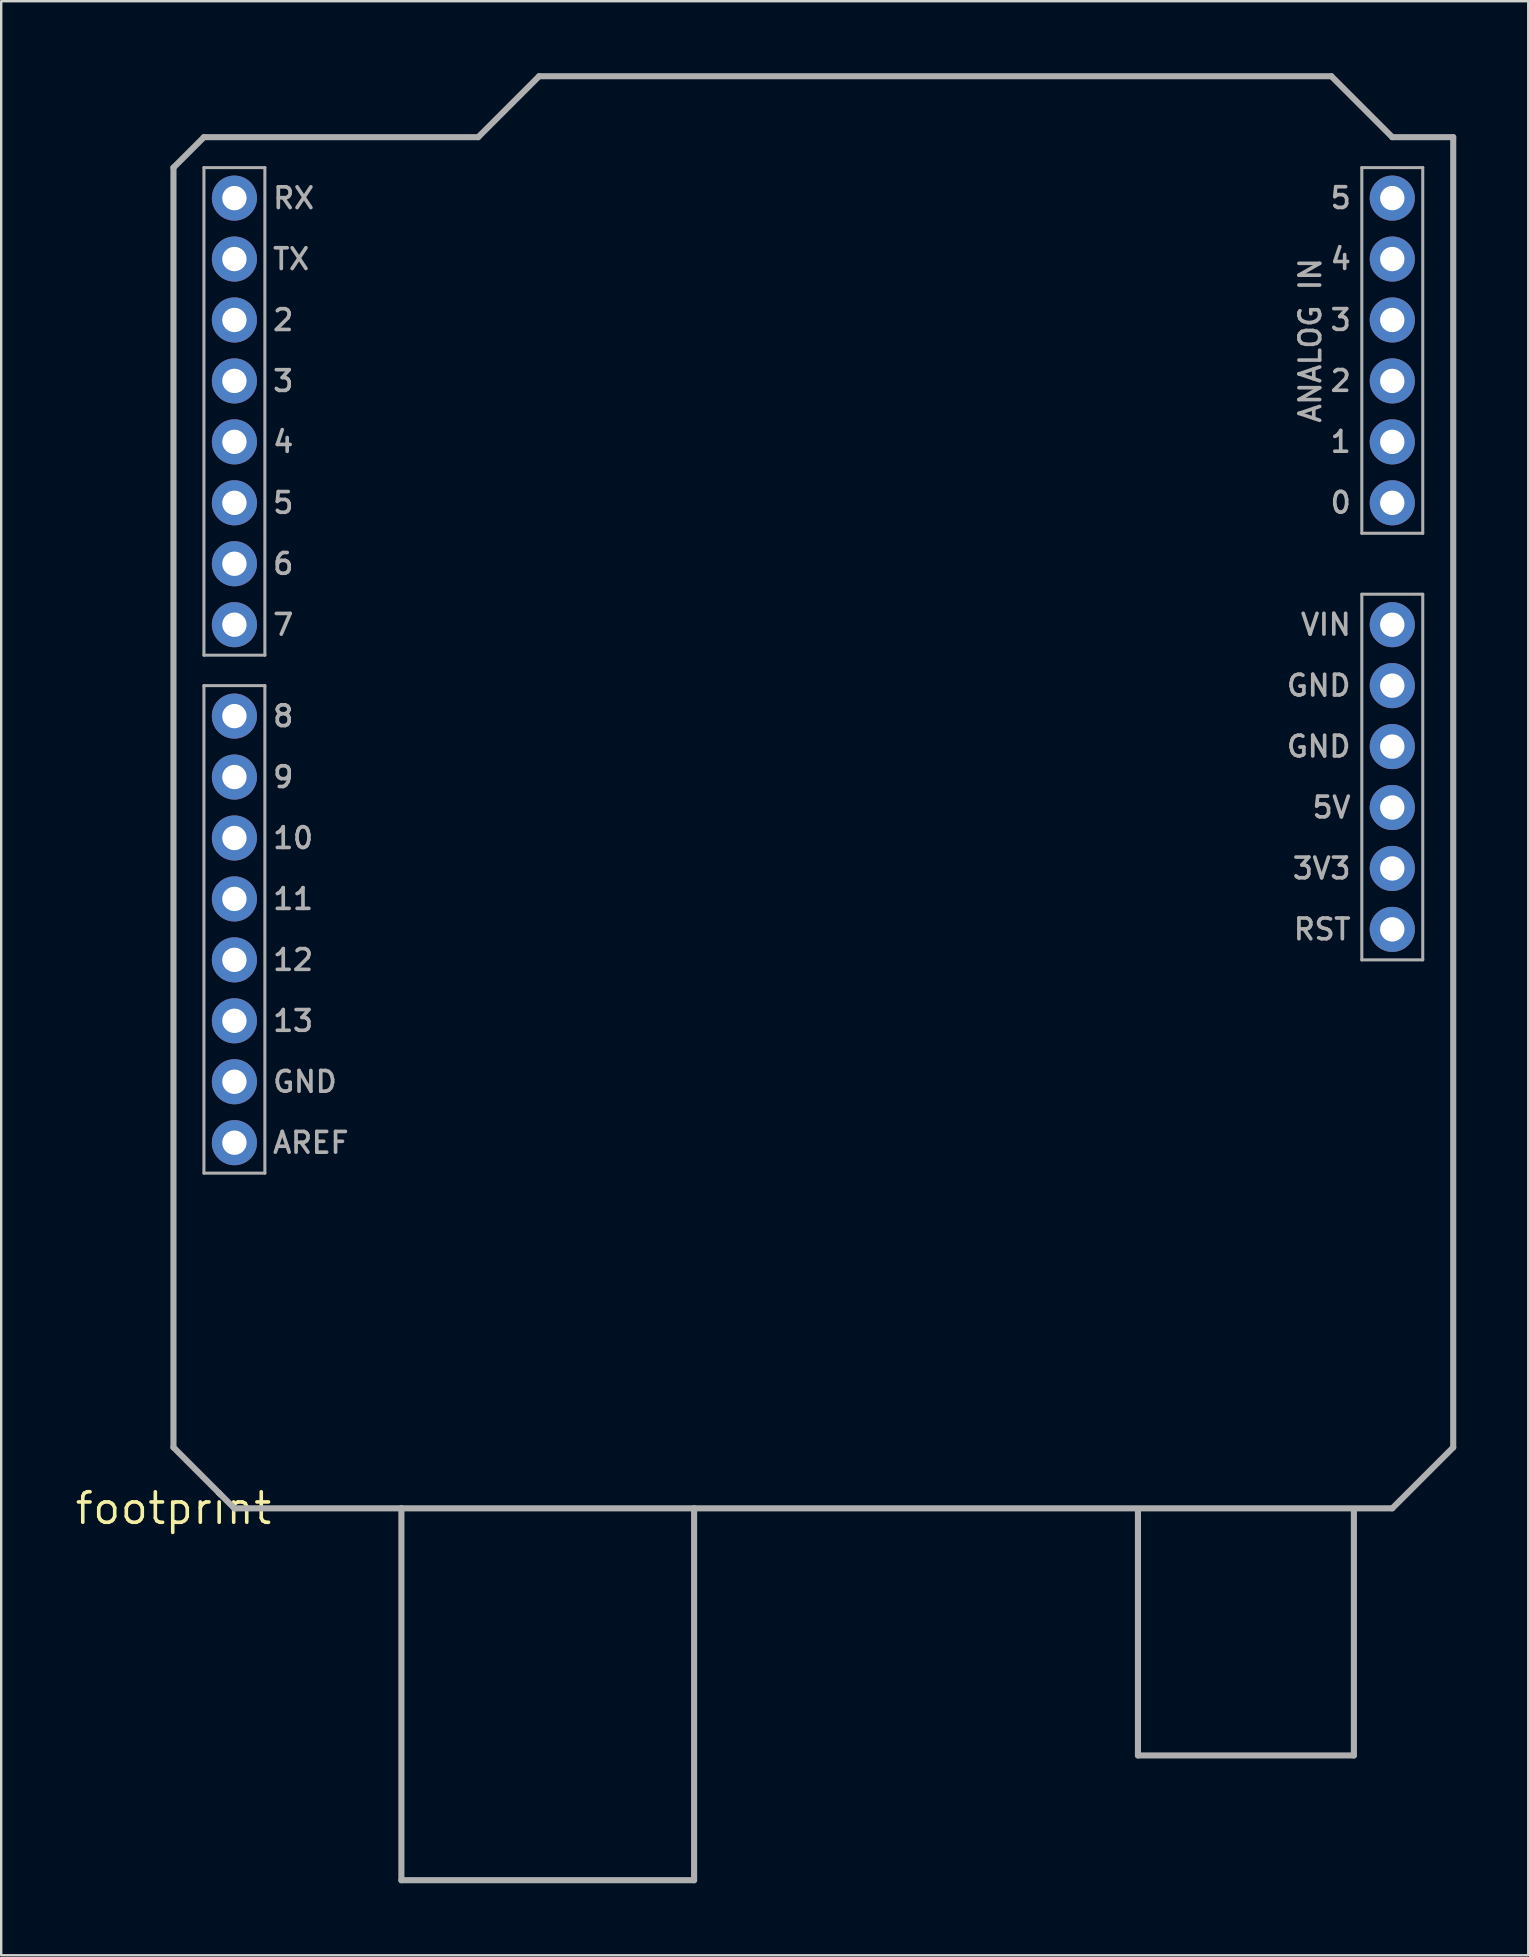
<source format=kicad_pcb>
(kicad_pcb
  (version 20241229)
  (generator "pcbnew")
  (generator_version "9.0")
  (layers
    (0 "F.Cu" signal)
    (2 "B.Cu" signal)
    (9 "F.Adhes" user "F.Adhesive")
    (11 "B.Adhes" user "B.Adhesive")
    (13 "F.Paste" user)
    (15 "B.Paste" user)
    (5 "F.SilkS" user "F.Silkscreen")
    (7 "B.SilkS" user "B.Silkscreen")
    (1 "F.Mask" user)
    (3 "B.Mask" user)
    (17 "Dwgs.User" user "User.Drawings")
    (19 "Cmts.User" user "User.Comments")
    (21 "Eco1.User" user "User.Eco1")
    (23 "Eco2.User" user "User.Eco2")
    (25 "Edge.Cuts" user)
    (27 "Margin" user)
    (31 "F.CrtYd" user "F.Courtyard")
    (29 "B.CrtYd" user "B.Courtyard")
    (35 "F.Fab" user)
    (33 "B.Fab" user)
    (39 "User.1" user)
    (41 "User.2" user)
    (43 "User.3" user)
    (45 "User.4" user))
  (footprint "footprint"
    (layer "F.Cu")
    (at 4.18 59.817)
    (property "Reference" "footprint" (at 0 0 0) (layer "F.SilkS") (effects (font (size 1.27 1.27) (thickness 0.15))))
    (fp_line (start 0 -55.88) (end 0 -2.54) (stroke (width 0.254) (type solid)) (layer "F.Fab"))
    (fp_line (start 0 -2.54) (end 2.54 0) (stroke (width 0.254) (type solid)) (layer "F.Fab"))
    (fp_line (start 1.27 -57.15) (end 0 -55.88) (stroke (width 0.254) (type solid)) (layer "F.Fab"))
    (fp_line (start 1.27 -55.88) (end 3.81 -55.88) (stroke (width 0.127) (type solid)) (layer "F.Fab"))
    (fp_line (start 1.27 -35.56) (end 1.27 -55.88) (stroke (width 0.127) (type solid)) (layer "F.Fab"))
    (fp_line (start 1.27 -34.29) (end 3.81 -34.29) (stroke (width 0.127) (type solid)) (layer "F.Fab"))
    (fp_line (start 1.27 -13.97) (end 1.27 -34.29) (stroke (width 0.127) (type solid)) (layer "F.Fab"))
    (fp_line (start 2.54 0) (end 9.5 0) (stroke (width 0.254) (type solid)) (layer "F.Fab"))
    (fp_line (start 3.81 -55.88) (end 3.81 -35.56) (stroke (width 0.127) (type solid)) (layer "F.Fab"))
    (fp_line (start 3.81 -35.56) (end 1.27 -35.56) (stroke (width 0.127) (type solid)) (layer "F.Fab"))
    (fp_line (start 3.81 -34.29) (end 3.81 -13.97) (stroke (width 0.127) (type solid)) (layer "F.Fab"))
    (fp_line (start 3.81 -13.97) (end 1.27 -13.97) (stroke (width 0.127) (type solid)) (layer "F.Fab"))
    (fp_line (start 9.5 0) (end 21.7 0) (stroke (width 0.254) (type solid)) (layer "F.Fab"))
    (fp_line (start 9.5 15.5) (end 9.5 0) (stroke (width 0.254) (type solid)) (layer "F.Fab"))
    (fp_line (start 9.5 15.5) (end 21.7 15.5) (stroke (width 0.254) (type solid)) (layer "F.Fab"))
    (fp_line (start 12.7 -57.15) (end 1.27 -57.15) (stroke (width 0.254) (type solid)) (layer "F.Fab"))
    (fp_line (start 15.24 -59.69) (end 12.7 -57.15) (stroke (width 0.254) (type solid)) (layer "F.Fab"))
    (fp_line (start 21.7 0) (end 50.8 0) (stroke (width 0.254) (type solid)) (layer "F.Fab"))
    (fp_line (start 21.7 15.5) (end 21.7 0) (stroke (width 0.254) (type solid)) (layer "F.Fab"))
    (fp_line (start 40.2 10.3) (end 40.2 0.1) (stroke (width 0.254) (type solid)) (layer "F.Fab"))
    (fp_line (start 40.2 10.3) (end 49.2 10.3) (stroke (width 0.254) (type solid)) (layer "F.Fab"))
    (fp_line (start 48.26 -59.69) (end 15.24 -59.69) (stroke (width 0.254) (type solid)) (layer "F.Fab"))
    (fp_line (start 49.2 10.3) (end 49.2 0.1) (stroke (width 0.254) (type solid)) (layer "F.Fab"))
    (fp_line (start 49.53 -55.88) (end 52.07 -55.88) (stroke (width 0.127) (type solid)) (layer "F.Fab"))
    (fp_line (start 49.53 -40.64) (end 49.53 -55.88) (stroke (width 0.127) (type solid)) (layer "F.Fab"))
    (fp_line (start 49.53 -38.1) (end 52.07 -38.1) (stroke (width 0.127) (type solid)) (layer "F.Fab"))
    (fp_line (start 49.53 -22.86) (end 49.53 -38.1) (stroke (width 0.127) (type solid)) (layer "F.Fab"))
    (fp_line (start 50.8 -57.15) (end 48.26 -59.69) (stroke (width 0.254) (type solid)) (layer "F.Fab"))
    (fp_line (start 50.8 0) (end 53.34 -2.54) (stroke (width 0.254) (type solid)) (layer "F.Fab"))
    (fp_line (start 52.07 -55.88) (end 52.07 -40.64) (stroke (width 0.127) (type solid)) (layer "F.Fab"))
    (fp_line (start 52.07 -40.64) (end 49.53 -40.64) (stroke (width 0.127) (type solid)) (layer "F.Fab"))
    (fp_line (start 52.07 -38.1) (end 52.07 -22.86) (stroke (width 0.127) (type solid)) (layer "F.Fab"))
    (fp_line (start 52.07 -22.86) (end 49.53 -22.86) (stroke (width 0.127) (type solid)) (layer "F.Fab"))
    (fp_line (start 53.34 -57.15) (end 50.8 -57.15) (stroke (width 0.254) (type solid)) (layer "F.Fab"))
    (fp_line (start 53.34 -2.54) (end 53.34 -57.15) (stroke (width 0.254) (type solid)) (layer "F.Fab"))
    (fp_text user "3" (at 4.064 -46.482 0) (layer "F.Fab") (effects (font (size 0.864 0.864) (thickness 0.152)) (justify left bottom)))
    (fp_text user "5" (at 49.162 -55.118 0) (layer "F.Fab") (effects (font (size 0.864 0.864) (thickness 0.152)) (justify right top)))
    (fp_text user "AREF" (at 4.064 -14.732 0) (layer "F.Fab") (effects (font (size 0.864 0.864) (thickness 0.152)) (justify left bottom)))
    (fp_text user "GND" (at 4.064 -17.272 0) (layer "F.Fab") (effects (font (size 0.864 0.864) (thickness 0.152)) (justify left bottom)))
    (fp_text user "0" (at 49.162 -42.418 0) (layer "F.Fab") (effects (font (size 0.864 0.864) (thickness 0.152)) (justify right top)))
    (fp_text user "11" (at 4.064 -24.892 0) (layer "F.Fab") (effects (font (size 0.864 0.864) (thickness 0.152)) (justify left bottom)))
    (fp_text user "2" (at 4.064 -49.022 0) (layer "F.Fab") (effects (font (size 0.864 0.864) (thickness 0.152)) (justify left bottom)))
    (fp_text user "9" (at 4.064 -29.972 0) (layer "F.Fab") (effects (font (size 0.864 0.864) (thickness 0.152)) (justify left bottom)))
    (fp_text user "3" (at 49.162 -50.038 0) (layer "F.Fab") (effects (font (size 0.864 0.864) (thickness 0.152)) (justify right top)))
    (fp_text user "TX" (at 4.064 -51.562 0) (layer "F.Fab") (effects (font (size 0.864 0.864) (thickness 0.152)) (justify left bottom)))
    (fp_text user "RST" (at 49.149 -24.638 0) (layer "F.Fab") (effects (font (size 0.864 0.864) (thickness 0.152)) (justify right top)))
    (fp_text user "5" (at 4.064 -41.402 0) (layer "F.Fab") (effects (font (size 0.864 0.864) (thickness 0.152)) (justify left bottom)))
    (fp_text user "RX" (at 4.064 -54.102 0) (layer "F.Fab") (effects (font (size 0.864 0.864) (thickness 0.152)) (justify left bottom)))
    (fp_text user "5V" (at 49.149 -29.718 0) (layer "F.Fab") (effects (font (size 0.864 0.864) (thickness 0.152)) (justify right top)))
    (fp_text user "6" (at 4.064 -38.862 0) (layer "F.Fab") (effects (font (size 0.864 0.864) (thickness 0.152)) (justify left bottom)))
    (fp_text user "VIN" (at 49.162 -37.338 0) (layer "F.Fab") (effects (font (size 0.864 0.864) (thickness 0.152)) (justify right top)))
    (fp_text user "13" (at 4.064 -19.812 0) (layer "F.Fab") (effects (font (size 0.864 0.864) (thickness 0.152)) (justify left bottom)))
    (fp_text user "ANALOG IN" (at 46.876 -52.197 90) (layer "F.Fab") (effects (font (size 0.864 0.864) (thickness 0.152)) (justify right top)))
    (fp_text user "7" (at 4.064 -36.322 0) (layer "F.Fab") (effects (font (size 0.864 0.864) (thickness 0.152)) (justify left bottom)))
    (fp_text user "1" (at 49.162 -44.958 0) (layer "F.Fab") (effects (font (size 0.864 0.864) (thickness 0.152)) (justify right top)))
    (fp_text user "GND" (at 49.149 -34.798 0) (layer "F.Fab") (effects (font (size 0.864 0.864) (thickness 0.152)) (justify right top)))
    (fp_text user "3V3" (at 49.149 -27.178 0) (layer "F.Fab") (effects (font (size 0.864 0.864) (thickness 0.152)) (justify right top)))
    (fp_text user "4" (at 49.162 -52.578 0) (layer "F.Fab") (effects (font (size 0.864 0.864) (thickness 0.152)) (justify right top)))
    (fp_text user "12" (at 4.064 -22.352 0) (layer "F.Fab") (effects (font (size 0.864 0.864) (thickness 0.152)) (justify left bottom)))
    (fp_text user "8" (at 4.064 -32.512 0) (layer "F.Fab") (effects (font (size 0.864 0.864) (thickness 0.152)) (justify left bottom)))
    (fp_text user "GND" (at 49.149 -32.258 0) (layer "F.Fab") (effects (font (size 0.864 0.864) (thickness 0.152)) (justify right top)))
    (fp_text user "2" (at 49.162 -47.498 0) (layer "F.Fab") (effects (font (size 0.864 0.864) (thickness 0.152)) (justify right top)))
    (fp_text user "10" (at 4.064 -27.432 0) (layer "F.Fab") (effects (font (size 0.864 0.864) (thickness 0.152)) (justify left bottom)))
    (fp_text user "4" (at 4.064 -43.942 0) (layer "F.Fab") (effects (font (size 0.864 0.864) (thickness 0.152)) (justify left bottom)))
    (pad "3.3V" thru_hole circle (at 50.8 -26.67 90) (size 1.88 1.88) (drill 1.016) (layers "*.Cu" "*.Mask"))
    (pad "5V" thru_hole circle (at 50.8 -29.21 90) (size 1.88 1.88) (drill 1.016) (layers "*.Cu" "*.Mask"))
    (pad "A0" thru_hole circle (at 50.8 -41.91 90) (size 1.88 1.88) (drill 1.016) (layers "*.Cu" "*.Mask"))
    (pad "A1" thru_hole circle (at 50.8 -44.45 90) (size 1.88 1.88) (drill 1.016) (layers "*.Cu" "*.Mask"))
    (pad "A2" thru_hole circle (at 50.8 -46.99 90) (size 1.88 1.88) (drill 1.016) (layers "*.Cu" "*.Mask"))
    (pad "A3" thru_hole circle (at 50.8 -49.53 90) (size 1.88 1.88) (drill 1.016) (layers "*.Cu" "*.Mask"))
    (pad "A4" thru_hole circle (at 50.8 -52.07 90) (size 1.88 1.88) (drill 1.016) (layers "*.Cu" "*.Mask"))
    (pad "A5" thru_hole circle (at 50.8 -54.61 90) (size 1.88 1.88) (drill 1.016) (layers "*.Cu" "*.Mask"))
    (pad "AREF" thru_hole circle (at 2.54 -15.24 90) (size 1.88 1.88) (drill 1.016) (layers "*.Cu" "*.Mask"))
    (pad "D2" thru_hole circle (at 2.54 -49.53 90) (size 1.88 1.88) (drill 1.016) (layers "*.Cu" "*.Mask"))
    (pad "D3" thru_hole circle (at 2.54 -46.99 90) (size 1.88 1.88) (drill 1.016) (layers "*.Cu" "*.Mask"))
    (pad "D4" thru_hole circle (at 2.54 -44.45 90) (size 1.88 1.88) (drill 1.016) (layers "*.Cu" "*.Mask"))
    (pad "D5" thru_hole circle (at 2.54 -41.91 90) (size 1.88 1.88) (drill 1.016) (layers "*.Cu" "*.Mask"))
    (pad "D6" thru_hole circle (at 2.54 -39.37 90) (size 1.88 1.88) (drill 1.016) (layers "*.Cu" "*.Mask"))
    (pad "D7" thru_hole circle (at 2.54 -36.83 90) (size 1.88 1.88) (drill 1.016) (layers "*.Cu" "*.Mask"))
    (pad "D8" thru_hole circle (at 2.54 -33.02 90) (size 1.88 1.88) (drill 1.016) (layers "*.Cu" "*.Mask"))
    (pad "D9" thru_hole circle (at 2.54 -30.48 90) (size 1.88 1.88) (drill 1.016) (layers "*.Cu" "*.Mask"))
    (pad "D10" thru_hole circle (at 2.54 -27.94 90) (size 1.88 1.88) (drill 1.016) (layers "*.Cu" "*.Mask"))
    (pad "D11" thru_hole circle (at 2.54 -25.4 90) (size 1.88 1.88) (drill 1.016) (layers "*.Cu" "*.Mask"))
    (pad "D12" thru_hole circle (at 2.54 -22.86 90) (size 1.88 1.88) (drill 1.016) (layers "*.Cu" "*.Mask"))
    (pad "D13" thru_hole circle (at 2.54 -20.32 90) (size 1.88 1.88) (drill 1.016) (layers "*.Cu" "*.Mask"))
    (pad "GND@0" thru_hole circle (at 50.8 -31.75 90) (size 1.88 1.88) (drill 1.016) (layers "*.Cu" "*.Mask"))
    (pad "GND@1" thru_hole circle (at 50.8 -34.29 90) (size 1.88 1.88) (drill 1.016) (layers "*.Cu" "*.Mask"))
    (pad "GND@2" thru_hole circle (at 2.54 -17.78 90) (size 1.88 1.88) (drill 1.016) (layers "*.Cu" "*.Mask"))
    (pad "RES" thru_hole circle (at 50.8 -24.13 90) (size 1.88 1.88) (drill 1.016) (layers "*.Cu" "*.Mask"))
    (pad "RX" thru_hole circle (at 2.54 -54.61 90) (size 1.88 1.88) (drill 1.016) (layers "*.Cu" "*.Mask"))
    (pad "TX" thru_hole circle (at 2.54 -52.07 90) (size 1.88 1.88) (drill 1.016) (layers "*.Cu" "*.Mask"))
    (pad "VIN" thru_hole circle (at 50.8 -36.83 90) (size 1.88 1.88) (drill 1.016) (layers "*.Cu" "*.Mask")))
  (gr_rect
    (start -3 -3)
    (end 60.647 78.444)
    (stroke (width 0.1) (type default))
    (fill no)
    (layer "Edge.Cuts")))
</source>
